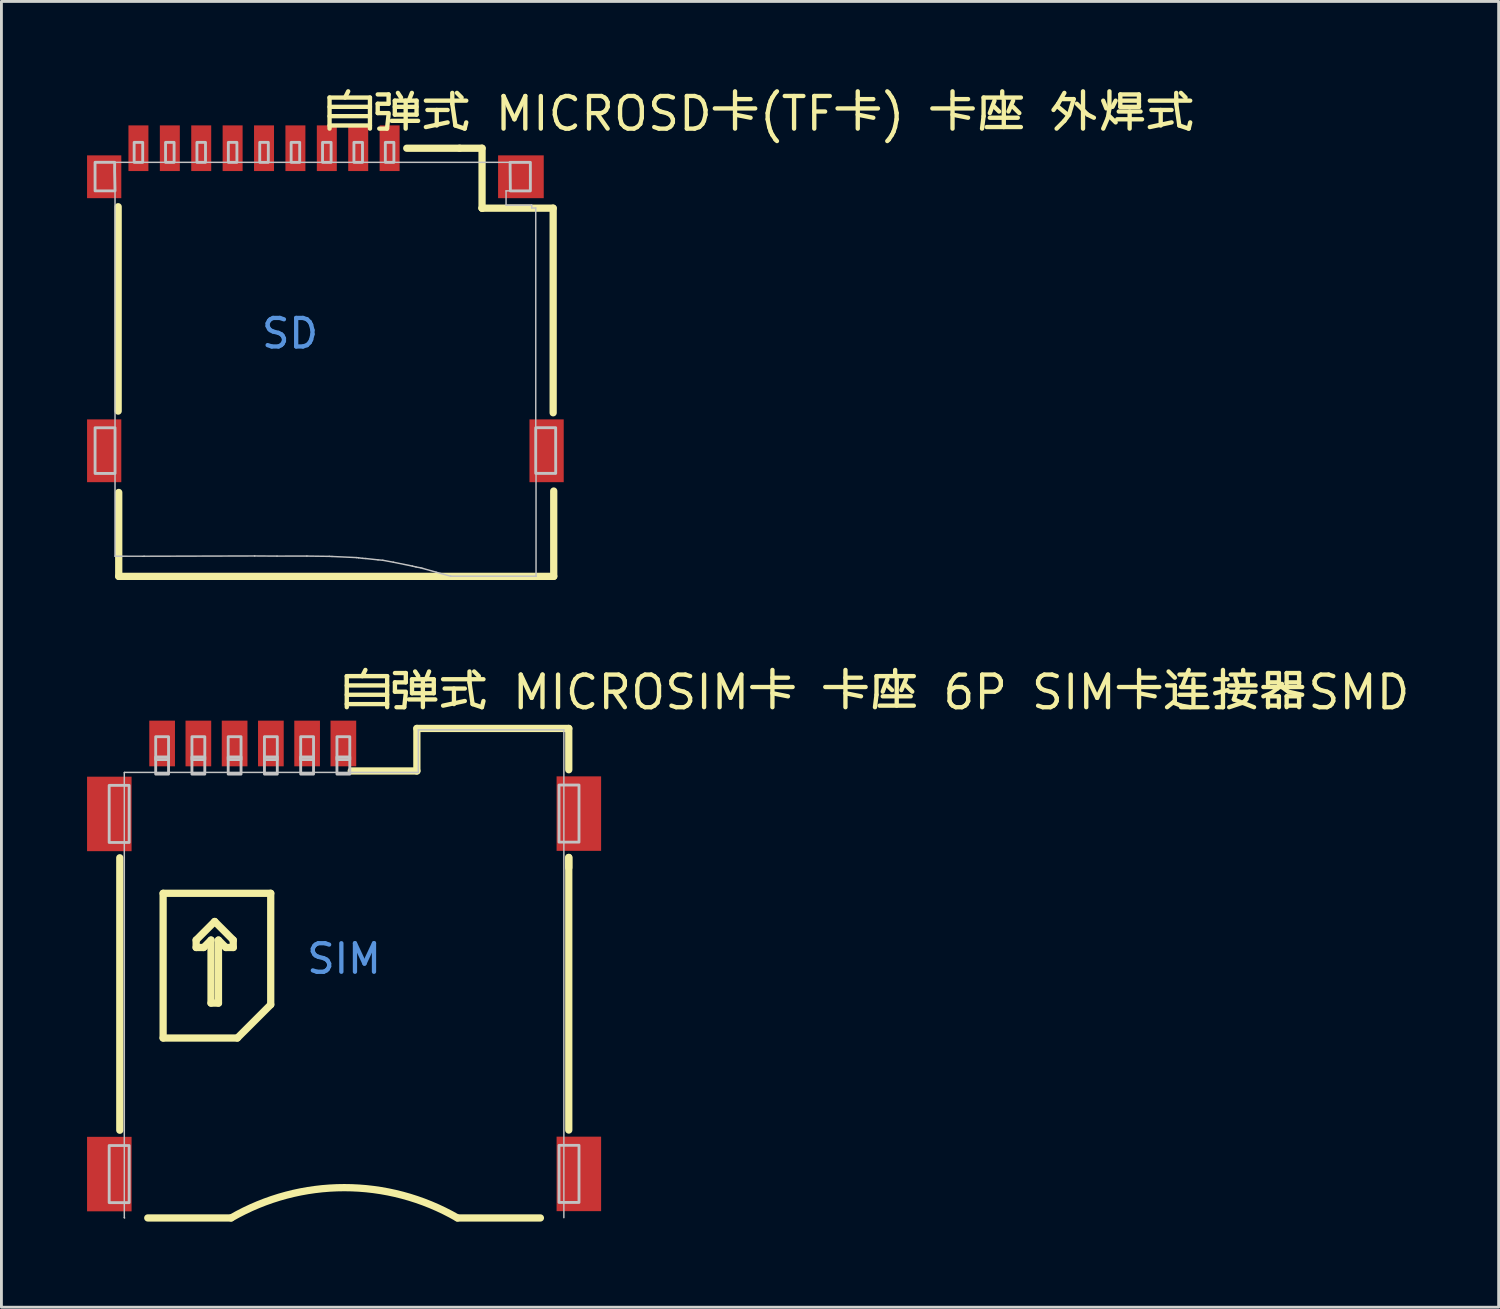
<source format=kicad_pcb>
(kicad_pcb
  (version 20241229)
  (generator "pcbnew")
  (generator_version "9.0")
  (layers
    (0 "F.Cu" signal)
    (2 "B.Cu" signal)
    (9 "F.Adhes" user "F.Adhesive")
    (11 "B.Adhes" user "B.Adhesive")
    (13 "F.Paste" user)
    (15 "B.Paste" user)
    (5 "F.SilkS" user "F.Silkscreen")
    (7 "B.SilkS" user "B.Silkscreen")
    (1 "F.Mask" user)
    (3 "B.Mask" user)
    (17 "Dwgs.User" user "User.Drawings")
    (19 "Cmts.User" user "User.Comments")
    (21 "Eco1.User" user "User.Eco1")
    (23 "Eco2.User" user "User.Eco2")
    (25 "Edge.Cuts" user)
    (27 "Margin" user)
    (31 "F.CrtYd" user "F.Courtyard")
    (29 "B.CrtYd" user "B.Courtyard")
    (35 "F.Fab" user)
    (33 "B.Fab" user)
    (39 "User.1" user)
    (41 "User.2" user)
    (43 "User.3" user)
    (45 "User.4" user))
  (footprint "自弹式 MICROSIM卡 卡座 6P SIM卡连接器SMD"
    (layer "F.Cu")
    (at 9.005 30.541)
    (property "Reference" "自弹式 MICROSIM卡 卡座 6P SIM卡连接器SMD" (at -0.115 -9.335 0) (layer "F.SilkS") (effects (font (size 1.143 1.143) (thickness 0.152)) (justify left)))
    (attr smd)
    (fp_line (start -7.858 -3.539) (end -7.858 6.007) (stroke (width 0.254) (type solid)) (layer "F.SilkS"))
    (fp_line (start -6.34 -2.294) (end -2.57 -2.294) (stroke (width 0.254) (type solid)) (layer "F.SilkS"))
    (fp_line (start -6.34 2.776) (end -6.34 -2.294) (stroke (width 0.254) (type solid)) (layer "F.SilkS"))
    (fp_line (start -5.183 -0.656) (end -5.183 -0.395) (stroke (width 0.254) (type solid)) (layer "F.SilkS"))
    (fp_line (start -5.183 -0.395) (end -4.921 -0.395) (stroke (width 0.254) (type solid)) (layer "F.SilkS"))
    (fp_line (start -4.921 -0.395) (end -4.662 -0.656) (stroke (width 0.254) (type solid)) (layer "F.SilkS"))
    (fp_line (start -4.662 -0.656) (end -4.662 1.553) (stroke (width 0.254) (type solid)) (layer "F.SilkS"))
    (fp_line (start -4.662 1.553) (end -4.401 1.553) (stroke (width 0.254) (type solid)) (layer "F.SilkS"))
    (fp_line (start -4.533 -1.307) (end -5.183 -0.656) (stroke (width 0.254) (type solid)) (layer "F.SilkS"))
    (fp_line (start -4.401 -0.656) (end -4.142 -0.395) (stroke (width 0.254) (type solid)) (layer "F.SilkS"))
    (fp_line (start -4.401 1.553) (end -4.401 -0.656) (stroke (width 0.254) (type solid)) (layer "F.SilkS"))
    (fp_line (start -4.142 -0.395) (end -3.883 -0.395) (stroke (width 0.254) (type solid)) (layer "F.SilkS"))
    (fp_line (start -3.958 9.08) (end -6.878 9.08) (stroke (width 0.254) (type solid)) (layer "F.SilkS"))
    (fp_line (start -3.883 -0.656) (end -4.533 -1.307) (stroke (width 0.254) (type solid)) (layer "F.SilkS"))
    (fp_line (start -3.883 -0.395) (end -3.883 -0.656) (stroke (width 0.254) (type solid)) (layer "F.SilkS"))
    (fp_line (start -3.74 2.776) (end -6.34 2.776) (stroke (width 0.254) (type solid)) (layer "F.SilkS"))
    (fp_line (start -2.57 -2.294) (end -2.57 1.606) (stroke (width 0.254) (type solid)) (layer "F.SilkS"))
    (fp_line (start -2.57 1.606) (end -3.74 2.776) (stroke (width 0.254) (type solid)) (layer "F.SilkS"))
    (fp_line (start 2.55 -8.07) (end 2.55 -6.58) (stroke (width 0.254) (type solid)) (layer "F.SilkS"))
    (fp_line (start 2.55 -6.58) (end 0.25 -6.58) (stroke (width 0.254) (type solid)) (layer "F.SilkS"))
    (fp_line (start 3.972 9.08) (end 6.878 9.08) (stroke (width 0.254) (type solid)) (layer "F.SilkS"))
    (fp_line (start 7.872 -8.07) (end 2.55 -8.07) (stroke (width 0.254) (type solid)) (layer "F.SilkS"))
    (fp_line (start 7.872 -6.623) (end 7.872 -8.07) (stroke (width 0.254) (type solid)) (layer "F.SilkS"))
    (fp_line (start 7.872 -3.55) (end 7.872 6) (stroke (width 0.254) (type solid)) (layer "F.SilkS"))
    (fp_line (start 7.872 -3.193) (end 7.872 -3.55) (stroke (width 0.254) (type solid)) (layer "F.SilkS"))
    (fp_arc (start -3.958 9.08) (mid 0.007117 8.018039) (end 3.972203 9.080117) (stroke (width 0.254) (type solid)) (layer "F.SilkS"))
    (fp_line (start -7.7 -6.52) (end -7.7 9.07) (stroke (width 0.051) (type solid)) (layer "Dwgs.User"))
    (fp_line (start -7.7 9.07) (end -7.69 9.08) (stroke (width 0.051) (type solid)) (layer "Dwgs.User"))
    (fp_line (start -7.69 -6.53) (end -7.7 -6.52) (stroke (width 0.051) (type solid)) (layer "Dwgs.User"))
    (fp_line (start 2.6 -8.02) (end 2.6 -6.53) (stroke (width 0.051) (type solid)) (layer "Dwgs.User"))
    (fp_line (start 2.6 -6.53) (end -7.69 -6.53) (stroke (width 0.051) (type solid)) (layer "Dwgs.User"))
    (fp_line (start 7.7 -8.02) (end 2.6 -8.02) (stroke (width 0.051) (type solid)) (layer "Dwgs.User"))
    (fp_line (start 7.7 9.07) (end 7.7 -8.02) (stroke (width 0.051) (type solid)) (layer "Dwgs.User"))
    (fp_poly (pts (xy -8.23 -4.075) (xy -8.23 -6.075) (xy -7.53 -6.075) (xy -7.53 -4.075) (xy -8.23 -4.075)) (stroke (width 0.1) (type solid)) (fill no) (layer "Dwgs.User"))
    (fp_poly (pts (xy -8.23 8.543) (xy -8.23 6.543) (xy -7.53 6.543) (xy -7.53 8.543) (xy -8.23 8.543)) (stroke (width 0.1) (type solid)) (fill no) (layer "Dwgs.User"))
    (fp_poly (pts (xy -6.6 -7.78) (xy -6.15 -7.78) (xy -6.15 -6.98) (xy -6.6 -6.98) (xy -6.6 -7.78)) (stroke (width 0.1) (type solid)) (fill no) (layer "Dwgs.User"))
    (fp_poly (pts (xy -6.6 -6.47) (xy -6.6 -7.07) (xy -6.15 -7.07) (xy -6.15 -6.47) (xy -6.6 -6.47)) (stroke (width 0.1) (type solid)) (fill no) (layer "Dwgs.User"))
    (fp_poly (pts (xy -5.33 -7.78) (xy -4.88 -7.78) (xy -4.88 -6.98) (xy -5.33 -6.98) (xy -5.33 -7.78)) (stroke (width 0.1) (type solid)) (fill no) (layer "Dwgs.User"))
    (fp_poly (pts (xy -5.33 -6.47) (xy -5.33 -7.07) (xy -4.88 -7.07) (xy -4.88 -6.47) (xy -5.33 -6.47)) (stroke (width 0.1) (type solid)) (fill no) (layer "Dwgs.User"))
    (fp_poly (pts (xy -4.06 -7.78) (xy -3.61 -7.78) (xy -3.61 -6.98) (xy -4.06 -6.98) (xy -4.06 -7.78)) (stroke (width 0.1) (type solid)) (fill no) (layer "Dwgs.User"))
    (fp_poly (pts (xy -4.06 -6.47) (xy -4.06 -7.07) (xy -3.61 -7.07) (xy -3.61 -6.47) (xy -4.06 -6.47)) (stroke (width 0.1) (type solid)) (fill no) (layer "Dwgs.User"))
    (fp_poly (pts (xy -2.79 -7.78) (xy -2.34 -7.78) (xy -2.34 -6.98) (xy -2.79 -6.98) (xy -2.79 -7.78)) (stroke (width 0.1) (type solid)) (fill no) (layer "Dwgs.User"))
    (fp_poly (pts (xy -2.79 -6.47) (xy -2.79 -7.07) (xy -2.34 -7.07) (xy -2.34 -6.47) (xy -2.79 -6.47)) (stroke (width 0.1) (type solid)) (fill no) (layer "Dwgs.User"))
    (fp_poly (pts (xy -1.52 -7.78) (xy -1.07 -7.78) (xy -1.07 -6.98) (xy -1.52 -6.98) (xy -1.52 -7.78)) (stroke (width 0.1) (type solid)) (fill no) (layer "Dwgs.User"))
    (fp_poly (pts (xy -1.52 -6.47) (xy -1.52 -7.07) (xy -1.07 -7.07) (xy -1.07 -6.47) (xy -1.52 -6.47)) (stroke (width 0.1) (type solid)) (fill no) (layer "Dwgs.User"))
    (fp_poly (pts (xy -0.25 -7.78) (xy 0.2 -7.78) (xy 0.2 -6.98) (xy -0.25 -6.98) (xy -0.25 -7.78)) (stroke (width 0.1) (type solid)) (fill no) (layer "Dwgs.User"))
    (fp_poly (pts (xy -0.25 -6.47) (xy -0.25 -7.07) (xy 0.2 -7.07) (xy 0.2 -6.47) (xy -0.25 -6.47)) (stroke (width 0.1) (type solid)) (fill no) (layer "Dwgs.User"))
    (fp_poly (pts (xy 7.53 -4.087) (xy 7.53 -6.087) (xy 8.23 -6.087) (xy 8.23 -4.087) (xy 7.53 -4.087)) (stroke (width 0.1) (type solid)) (fill no) (layer "Dwgs.User"))
    (fp_poly (pts (xy 7.53 8.536) (xy 7.53 6.536) (xy 8.23 6.536) (xy 8.23 8.536) (xy 7.53 8.536)) (stroke (width 0.1) (type solid)) (fill no) (layer "Dwgs.User"))
    (fp_text user "SIM" (at 0 0 0) (layer "Cmts.User") (effects (font (size 1 1) (thickness 0.15))))
    (pad "" smd rect (at -8.225 -5.075 270) (size 2.61 1.56) (layers "F.Cu" "F.Mask" "F.Paste"))
    (pad "" smd rect (at -8.225 7.543 270) (size 2.61 1.56) (layers "F.Cu" "F.Mask" "F.Paste"))
    (pad "" smd rect (at 8.225 -5.086 270) (size 2.61 1.56) (layers "F.Cu" "F.Mask" "F.Paste"))
    (pad "" smd rect (at 8.225 7.537 270) (size 2.61 1.56) (layers "F.Cu" "F.Mask" "F.Paste"))
    (pad "1" smd rect (at -5.105 -7.543) (size 0.9 1.6) (layers "F.Cu" "F.Mask" "F.Paste"))
    (pad "2" smd rect (at -2.565 -7.543) (size 0.9 1.6) (layers "F.Cu" "F.Mask" "F.Paste"))
    (pad "3" smd rect (at -0.025 -7.543) (size 0.9 1.6) (layers "F.Cu" "F.Mask" "F.Paste"))
    (pad "5" smd rect (at -6.375 -7.543) (size 0.9 1.6) (layers "F.Cu" "F.Mask" "F.Paste"))
    (pad "6" smd rect (at -3.835 -7.543) (size 0.9 1.6) (layers "F.Cu" "F.Mask" "F.Paste"))
    (pad "7" smd rect (at -1.295 -7.543) (size 0.9 1.6) (layers "F.Cu" "F.Mask" "F.Paste")))
  (footprint "自弹式 MICROSD卡(TF卡) 卡座 外焊式"
    (layer "F.Cu")
    (at 7.112 8.634)
    (property "Reference" "自弹式 MICROSD卡(TF卡) 卡座 外焊式" (at 1.175 -7.699 0) (layer "F.SilkS") (effects (font (size 1.143 1.143) (thickness 0.152)) (justify left)))
    (attr smd)
    (fp_line (start -6.022 -4.441) (end -6.022 2.719) (stroke (width 0.254) (type solid)) (layer "F.SilkS"))
    (fp_line (start -6.002 8.509) (end -6.002 5.569) (stroke (width 0.254) (type solid)) (layer "F.SilkS"))
    (fp_line (start -6.002 8.509) (end 9.238 8.509) (stroke (width 0.254) (type solid)) (layer "F.SilkS"))
    (fp_line (start 5.94 -6.491) (end 4.088 -6.491) (stroke (width 0.254) (type solid)) (layer "F.SilkS"))
    (fp_line (start 5.94 -6.491) (end 6.727 -6.491) (stroke (width 0.254) (type solid)) (layer "F.SilkS"))
    (fp_line (start 6.727 -6.491) (end 6.727 -4.39) (stroke (width 0.254) (type solid)) (layer "F.SilkS"))
    (fp_line (start 6.727 -4.39) (end 6.738 -4.391) (stroke (width 0.254) (type solid)) (layer "F.SilkS"))
    (fp_line (start 9.218 -4.391) (end 6.728 -4.391) (stroke (width 0.254) (type solid)) (layer "F.SilkS"))
    (fp_line (start 9.218 2.778) (end 9.218 -4.391) (stroke (width 0.254) (type solid)) (layer "F.SilkS"))
    (fp_line (start 9.238 8.509) (end 9.238 5.519) (stroke (width 0.254) (type solid)) (layer "F.SilkS"))
    (fp_line (start -6.832 -5.997) (end -6.832 -5.997) (stroke (width 0.051) (type solid)) (layer "Dwgs.User"))
    (fp_line (start -6.832 -5.997) (end 8.419 -5.997) (stroke (width 0.051) (type solid)) (layer "Dwgs.User"))
    (fp_line (start -6.832 -4.997) (end -6.832 -5.997) (stroke (width 0.051) (type solid)) (layer "Dwgs.User"))
    (fp_line (start -6.832 3.303) (end -6.132 3.303) (stroke (width 0.051) (type solid)) (layer "Dwgs.User"))
    (fp_line (start -6.832 4.903) (end -6.832 3.303) (stroke (width 0.051) (type solid)) (layer "Dwgs.User"))
    (fp_line (start -6.132 -4.997) (end -6.832 -4.997) (stroke (width 0.051) (type solid)) (layer "Dwgs.User"))
    (fp_line (start -6.132 3.303) (end -6.132 -4.997) (stroke (width 0.051) (type solid)) (layer "Dwgs.User"))
    (fp_line (start -6.132 4.903) (end -6.832 4.903) (stroke (width 0.051) (type solid)) (layer "Dwgs.User"))
    (fp_line (start -6.132 7.803) (end -6.132 4.903) (stroke (width 0.051) (type solid)) (layer "Dwgs.User"))
    (fp_line (start -5.114 7.804) (end -6.132 7.803) (stroke (width 0.051) (type solid)) (layer "Dwgs.User"))
    (fp_line (start -1.238 7.794) (end -5.114 7.804) (stroke (width 0.051) (type solid)) (layer "Dwgs.User"))
    (fp_line (start -0.457 7.799) (end -1.238 7.794) (stroke (width 0.051) (type solid)) (layer "Dwgs.User"))
    (fp_line (start 0.59 7.798) (end -0.457 7.799) (stroke (width 0.051) (type solid)) (layer "Dwgs.User"))
    (fp_line (start 1.376 7.808) (end 0.59 7.798) (stroke (width 0.051) (type solid)) (layer "Dwgs.User"))
    (fp_line (start 1.47 7.812) (end 1.376 7.808) (stroke (width 0.051) (type solid)) (layer "Dwgs.User"))
    (fp_line (start 2.328 7.851) (end 1.47 7.812) (stroke (width 0.051) (type solid)) (layer "Dwgs.User"))
    (fp_line (start 2.401 7.859) (end 2.328 7.851) (stroke (width 0.051) (type solid)) (layer "Dwgs.User"))
    (fp_line (start 2.546 7.878) (end 2.401 7.859) (stroke (width 0.051) (type solid)) (layer "Dwgs.User"))
    (fp_line (start 2.652 7.884) (end 2.546 7.878) (stroke (width 0.051) (type solid)) (layer "Dwgs.User"))
    (fp_line (start 3.08 7.93) (end 2.652 7.884) (stroke (width 0.051) (type solid)) (layer "Dwgs.User"))
    (fp_line (start 3.25 7.945) (end 3.08 7.93) (stroke (width 0.051) (type solid)) (layer "Dwgs.User"))
    (fp_line (start 3.618 8.013) (end 3.25 7.945) (stroke (width 0.051) (type solid)) (layer "Dwgs.User"))
    (fp_line (start 4.286 8.149) (end 3.618 8.013) (stroke (width 0.051) (type solid)) (layer "Dwgs.User"))
    (fp_line (start 4.414 8.18) (end 4.286 8.149) (stroke (width 0.051) (type solid)) (layer "Dwgs.User"))
    (fp_line (start 4.586 8.212) (end 4.414 8.18) (stroke (width 0.051) (type solid)) (layer "Dwgs.User"))
    (fp_line (start 4.649 8.23) (end 4.586 8.212) (stroke (width 0.051) (type solid)) (layer "Dwgs.User"))
    (fp_line (start 5.114 8.361) (end 4.649 8.23) (stroke (width 0.051) (type solid)) (layer "Dwgs.User"))
    (fp_line (start 5.379 8.437) (end 5.114 8.361) (stroke (width 0.051) (type solid)) (layer "Dwgs.User"))
    (fp_line (start 5.626 8.504) (end 5.379 8.437) (stroke (width 0.051) (type solid)) (layer "Dwgs.User"))
    (fp_line (start 5.627 8.503) (end 5.626 8.504) (stroke (width 0.051) (type solid)) (layer "Dwgs.User"))
    (fp_line (start 7.568 -4.997) (end 7.568 -4.497) (stroke (width 0.051) (type solid)) (layer "Dwgs.User"))
    (fp_line (start 7.568 -4.497) (end 8.467 -4.497) (stroke (width 0.051) (type solid)) (layer "Dwgs.User"))
    (fp_line (start 8.419 -5.997) (end 8.419 -5.997) (stroke (width 0.051) (type solid)) (layer "Dwgs.User"))
    (fp_line (start 8.419 -5.997) (end 8.419 -4.997) (stroke (width 0.051) (type solid)) (layer "Dwgs.User"))
    (fp_line (start 8.419 -4.997) (end 7.568 -4.997) (stroke (width 0.051) (type solid)) (layer "Dwgs.User"))
    (fp_line (start 8.419 -4.997) (end 8.419 -4.997) (stroke (width 0.051) (type solid)) (layer "Dwgs.User"))
    (fp_line (start 8.467 -4.497) (end 8.467 -4.397) (stroke (width 0.051) (type solid)) (layer "Dwgs.User"))
    (fp_line (start 8.467 -4.397) (end 8.608 -4.397) (stroke (width 0.051) (type solid)) (layer "Dwgs.User"))
    (fp_line (start 8.608 -4.397) (end 8.608 3.303) (stroke (width 0.051) (type solid)) (layer "Dwgs.User"))
    (fp_line (start 8.608 3.303) (end 8.608 3.303) (stroke (width 0.051) (type solid)) (layer "Dwgs.User"))
    (fp_line (start 8.608 3.303) (end 9.307 3.303) (stroke (width 0.051) (type solid)) (layer "Dwgs.User"))
    (fp_line (start 8.617 8.503) (end 5.627 8.503) (stroke (width 0.051) (type solid)) (layer "Dwgs.User"))
    (fp_line (start 8.618 4.903) (end 8.618 8.502) (stroke (width 0.051) (type solid)) (layer "Dwgs.User"))
    (fp_line (start 8.618 8.502) (end 8.617 8.503) (stroke (width 0.051) (type solid)) (layer "Dwgs.User"))
    (fp_line (start 9.307 3.303) (end 9.308 3.304) (stroke (width 0.051) (type solid)) (layer "Dwgs.User"))
    (fp_line (start 9.308 3.304) (end 9.308 4.903) (stroke (width 0.051) (type solid)) (layer "Dwgs.User"))
    (fp_line (start 9.308 4.903) (end 8.618 4.903) (stroke (width 0.051) (type solid)) (layer "Dwgs.User"))
    (fp_line (start 9.308 4.903) (end 9.308 4.903) (stroke (width 0.051) (type solid)) (layer "Dwgs.User"))
    (fp_poly (pts (xy -5.462 -6.696) (xy -5.162 -6.696) (xy -5.162 -5.996) (xy -5.462 -5.996) (xy -5.462 -6.696)) (stroke (width 0.1) (type solid)) (fill no) (layer "Dwgs.User"))
    (fp_poly (pts (xy -4.362 -6.696) (xy -4.062 -6.696) (xy -4.062 -5.996) (xy -4.362 -5.996) (xy -4.362 -6.696)) (stroke (width 0.1) (type solid)) (fill no) (layer "Dwgs.User"))
    (fp_poly (pts (xy -3.262 -6.696) (xy -2.962 -6.696) (xy -2.962 -5.996) (xy -3.262 -5.996) (xy -3.262 -6.696)) (stroke (width 0.1) (type solid)) (fill no) (layer "Dwgs.User"))
    (fp_poly (pts (xy -2.162 -6.696) (xy -1.862 -6.696) (xy -1.862 -5.996) (xy -2.162 -5.996) (xy -2.162 -6.696)) (stroke (width 0.1) (type solid)) (fill no) (layer "Dwgs.User"))
    (fp_poly (pts (xy -1.062 -6.696) (xy -0.762 -6.696) (xy -0.762 -5.996) (xy -1.062 -5.996) (xy -1.062 -6.696)) (stroke (width 0.1) (type solid)) (fill no) (layer "Dwgs.User"))
    (fp_poly (pts (xy 0.038 -6.696) (xy 0.338 -6.696) (xy 0.338 -5.996) (xy 0.038 -5.996) (xy 0.038 -6.696)) (stroke (width 0.1) (type solid)) (fill no) (layer "Dwgs.User"))
    (fp_poly (pts (xy 1.138 -6.696) (xy 1.438 -6.696) (xy 1.438 -5.996) (xy 1.138 -5.996) (xy 1.138 -6.696)) (stroke (width 0.1) (type solid)) (fill no) (layer "Dwgs.User"))
    (fp_poly (pts (xy 2.238 -6.696) (xy 2.538 -6.696) (xy 2.538 -5.996) (xy 2.238 -5.996) (xy 2.238 -6.696)) (stroke (width 0.1) (type solid)) (fill no) (layer "Dwgs.User"))
    (fp_poly (pts (xy 3.338 -6.696) (xy 3.638 -6.696) (xy 3.638 -5.996) (xy 3.338 -5.996) (xy 3.338 -6.696)) (stroke (width 0.1) (type solid)) (fill no) (layer "Dwgs.User"))
    (fp_poly (pts (xy -6.131 4.903) (xy -6.132 3.303) (xy -6.831 3.303) (xy -6.831 4.903) (xy -6.771 4.903) (xy -6.131 4.903)) (stroke (width 0.1) (type solid)) (fill no) (layer "Dwgs.User"))
    (fp_poly (pts (xy 9.307 4.901) (xy 9.306 3.301) (xy 8.607 3.301) (xy 8.607 4.9) (xy 8.667 4.9) (xy 9.307 4.901)) (stroke (width 0.1) (type solid)) (fill no) (layer "Dwgs.User"))
    (fp_poly (pts (xy -6.132 -4.997) (xy -6.831 -4.997) (xy -6.832 -5.997) (xy -6.145 -5.997) (xy -6.144 -5.996) (xy -6.146 -5.689) (xy -6.132 -4.997)) (stroke (width 0.1) (type solid)) (fill no) (layer "Dwgs.User"))
    (fp_poly (pts (xy 7.719 -4.996) (xy 8.419 -4.996) (xy 8.419 -5.996) (xy 7.732 -5.996) (xy 7.707 -5.997) (xy 7.71 -5.943) (xy 7.711 -5.862) (xy 7.712 -5.689) (xy 7.719 -4.996)) (stroke (width 0.1) (type solid)) (fill no) (layer "Dwgs.User"))
    (fp_text user "SD" (at 0 0 0) (layer "Cmts.User") (effects (font (size 1 1) (thickness 0.15))))
    (pad "1" smd rect (at 3.488 -6.491) (size 0.7 1.6) (layers "F.Cu" "F.Mask" "F.Paste"))
    (pad "2" smd rect (at 2.388 -6.491) (size 0.7 1.6) (layers "F.Cu" "F.Mask" "F.Paste"))
    (pad "3" smd rect (at 1.288 -6.491) (size 0.7 1.6) (layers "F.Cu" "F.Mask" "F.Paste"))
    (pad "4" smd rect (at 0.188 -6.491) (size 0.7 1.6) (layers "F.Cu" "F.Mask" "F.Paste"))
    (pad "5" smd rect (at -0.912 -6.491) (size 0.7 1.6) (layers "F.Cu" "F.Mask" "F.Paste"))
    (pad "6" smd rect (at -2.012 -6.491) (size 0.7 1.6) (layers "F.Cu" "F.Mask" "F.Paste"))
    (pad "7" smd rect (at -3.112 -6.491) (size 0.7 1.6) (layers "F.Cu" "F.Mask" "F.Paste"))
    (pad "8" smd rect (at -4.212 -6.491) (size 0.7 1.6) (layers "F.Cu" "F.Mask" "F.Paste"))
    (pad "9" smd rect (at -5.312 -6.491) (size 0.7 1.6) (layers "F.Cu" "F.Mask" "F.Paste"))
    (pad "10" smd rect (at -6.512 -5.491) (size 1.2 1.5) (layers "F.Cu" "F.Mask" "F.Paste"))
    (pad "11" smd rect (at -6.512 4.109) (size 1.2 2.2) (layers "F.Cu" "F.Mask" "F.Paste"))
    (pad "12" smd rect (at 8.988 4.109) (size 1.2 2.2) (layers "F.Cu" "F.Mask" "F.Paste"))
    (pad "13" smd rect (at 8.088 -5.491) (size 1.6 1.5) (layers "F.Cu" "F.Mask" "F.Paste")))
  (gr_rect
    (start -3 -3)
    (end 49.455 42.748)
    (stroke (width 0.1) (type default))
    (fill no)
    (layer "Edge.Cuts")))
</source>
